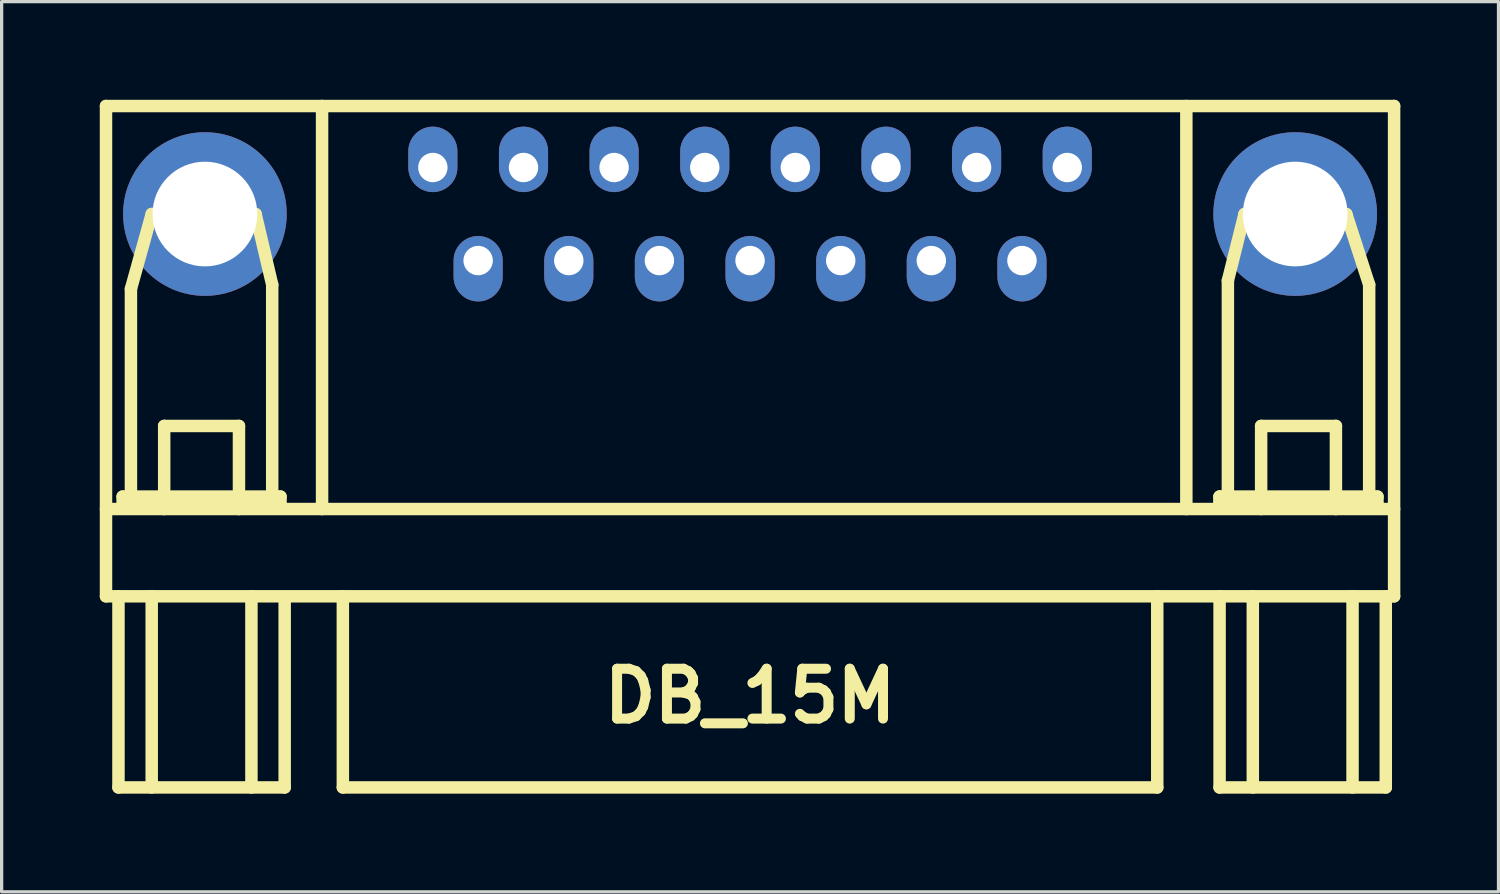
<source format=kicad_pcb>
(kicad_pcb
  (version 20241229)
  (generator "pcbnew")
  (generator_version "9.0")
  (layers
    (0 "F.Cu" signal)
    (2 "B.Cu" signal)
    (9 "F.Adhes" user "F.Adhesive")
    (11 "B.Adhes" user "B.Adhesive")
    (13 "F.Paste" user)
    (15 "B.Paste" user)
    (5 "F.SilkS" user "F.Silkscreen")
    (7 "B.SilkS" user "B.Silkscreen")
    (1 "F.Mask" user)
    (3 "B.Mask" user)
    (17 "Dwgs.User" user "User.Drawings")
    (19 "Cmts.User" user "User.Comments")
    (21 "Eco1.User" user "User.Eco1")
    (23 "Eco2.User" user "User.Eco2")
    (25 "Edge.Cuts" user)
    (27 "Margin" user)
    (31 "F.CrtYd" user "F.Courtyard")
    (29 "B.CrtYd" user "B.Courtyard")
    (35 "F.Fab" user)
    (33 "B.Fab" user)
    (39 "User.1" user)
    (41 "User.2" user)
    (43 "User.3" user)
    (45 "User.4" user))
  (footprint "DB_15M"
    (layer "F.Cu")
    (at 19.875 10.604)
    (property "Reference" "DB_15M" (at 0 7.62 0) (layer "F.SilkS") (effects (font (size 1.524 1.524) (thickness 0.305))))
    (attr through_hole)
    (fp_line (start -19.685 -10.414) (end -19.685 4.572) (stroke (width 0.381) (type solid)) (layer "F.SilkS"))
    (fp_line (start -19.685 4.572) (end 19.685 4.572) (stroke (width 0.381) (type solid)) (layer "F.SilkS"))
    (fp_line (start -19.304 4.572) (end -19.304 10.414) (stroke (width 0.381) (type solid)) (layer "F.SilkS"))
    (fp_line (start -19.304 10.414) (end -14.224 10.414) (stroke (width 0.381) (type solid)) (layer "F.SilkS"))
    (fp_line (start -19.177 1.524) (end -19.177 1.778) (stroke (width 0.381) (type solid)) (layer "F.SilkS"))
    (fp_line (start -19.177 1.778) (end -14.351 1.778) (stroke (width 0.381) (type solid)) (layer "F.SilkS"))
    (fp_line (start -18.923 -4.826) (end -18.288 -7.112) (stroke (width 0.381) (type solid)) (layer "F.SilkS"))
    (fp_line (start -18.923 1.524) (end -18.923 -4.826) (stroke (width 0.381) (type solid)) (layer "F.SilkS"))
    (fp_line (start -18.288 -7.112) (end -15.113 -7.112) (stroke (width 0.381) (type solid)) (layer "F.SilkS"))
    (fp_line (start -18.288 4.572) (end -18.288 10.414) (stroke (width 0.381) (type solid)) (layer "F.SilkS"))
    (fp_line (start -17.907 -0.635) (end -15.621 -0.635) (stroke (width 0.381) (type solid)) (layer "F.SilkS"))
    (fp_line (start -17.907 1.905) (end -17.907 -0.635) (stroke (width 0.381) (type solid)) (layer "F.SilkS"))
    (fp_line (start -15.621 -0.635) (end -15.621 1.905) (stroke (width 0.381) (type solid)) (layer "F.SilkS"))
    (fp_line (start -15.24 4.572) (end -15.24 10.414) (stroke (width 0.381) (type solid)) (layer "F.SilkS"))
    (fp_line (start -15.113 -7.112) (end -14.605 -4.953) (stroke (width 0.381) (type solid)) (layer "F.SilkS"))
    (fp_line (start -14.605 -4.953) (end -14.605 1.524) (stroke (width 0.381) (type solid)) (layer "F.SilkS"))
    (fp_line (start -14.351 1.524) (end -19.177 1.524) (stroke (width 0.381) (type solid)) (layer "F.SilkS"))
    (fp_line (start -14.351 1.778) (end -14.351 1.524) (stroke (width 0.381) (type solid)) (layer "F.SilkS"))
    (fp_line (start -14.224 10.414) (end -14.224 4.699) (stroke (width 0.381) (type solid)) (layer "F.SilkS"))
    (fp_line (start -13.081 1.905) (end -13.081 -10.414) (stroke (width 0.381) (type solid)) (layer "F.SilkS"))
    (fp_line (start -12.446 4.572) (end -12.446 10.414) (stroke (width 0.381) (type solid)) (layer "F.SilkS"))
    (fp_line (start 12.446 10.414) (end -12.446 10.414) (stroke (width 0.381) (type solid)) (layer "F.SilkS"))
    (fp_line (start 12.446 10.414) (end 12.446 4.572) (stroke (width 0.381) (type solid)) (layer "F.SilkS"))
    (fp_line (start 13.335 1.905) (end 13.335 -10.414) (stroke (width 0.381) (type solid)) (layer "F.SilkS"))
    (fp_line (start 14.351 1.524) (end 14.351 1.778) (stroke (width 0.381) (type solid)) (layer "F.SilkS"))
    (fp_line (start 14.351 1.524) (end 14.351 1.778) (stroke (width 0.381) (type solid)) (layer "F.SilkS"))
    (fp_line (start 14.351 1.778) (end 19.177 1.778) (stroke (width 0.381) (type solid)) (layer "F.SilkS"))
    (fp_line (start 14.351 4.572) (end 14.351 10.414) (stroke (width 0.381) (type solid)) (layer "F.SilkS"))
    (fp_line (start 14.351 10.414) (end 19.431 10.414) (stroke (width 0.381) (type solid)) (layer "F.SilkS"))
    (fp_line (start 14.605 1.524) (end 14.605 -5.08) (stroke (width 0.381) (type solid)) (layer "F.SilkS"))
    (fp_line (start 15.113 -7.112) (end 14.605 -5.08) (stroke (width 0.381) (type solid)) (layer "F.SilkS"))
    (fp_line (start 15.367 4.572) (end 15.367 10.414) (stroke (width 0.381) (type solid)) (layer "F.SilkS"))
    (fp_line (start 15.621 -0.635) (end 17.907 -0.635) (stroke (width 0.381) (type solid)) (layer "F.SilkS"))
    (fp_line (start 15.621 1.905) (end 15.621 -0.635) (stroke (width 0.381) (type solid)) (layer "F.SilkS"))
    (fp_line (start 17.907 -0.635) (end 17.907 1.905) (stroke (width 0.381) (type solid)) (layer "F.SilkS"))
    (fp_line (start 18.224 -7.112) (end 15.113 -7.112) (stroke (width 0.381) (type solid)) (layer "F.SilkS"))
    (fp_line (start 18.415 4.572) (end 18.415 10.414) (stroke (width 0.381) (type solid)) (layer "F.SilkS"))
    (fp_line (start 18.923 -4.953) (end 18.224 -7.112) (stroke (width 0.381) (type solid)) (layer "F.SilkS"))
    (fp_line (start 18.923 -4.953) (end 18.923 1.524) (stroke (width 0.381) (type solid)) (layer "F.SilkS"))
    (fp_line (start 19.177 1.524) (end 14.351 1.524) (stroke (width 0.381) (type solid)) (layer "F.SilkS"))
    (fp_line (start 19.177 1.778) (end 19.177 1.524) (stroke (width 0.381) (type solid)) (layer "F.SilkS"))
    (fp_line (start 19.431 4.572) (end 19.431 10.414) (stroke (width 0.381) (type solid)) (layer "F.SilkS"))
    (fp_line (start 19.685 -10.414) (end -19.685 -10.414) (stroke (width 0.381) (type solid)) (layer "F.SilkS"))
    (fp_line (start 19.685 1.905) (end -19.685 1.905) (stroke (width 0.381) (type solid)) (layer "F.SilkS"))
    (fp_line (start 19.685 4.572) (end 19.685 -10.414) (stroke (width 0.381) (type solid)) (layer "F.SilkS"))
    (pad "" thru_hole circle (at -16.662 -7.112) (size 5.001 5.001) (drill 3.2) (layers "*.Cu" "*.Mask"))
    (pad "" thru_hole circle (at 16.662 -7.112) (size 5.001 5.001) (drill 3.2) (layers "*.Cu" "*.Mask"))
    (pad "1" thru_hole oval (at -9.695 -8.534) (size 1.501 1.999) (drill 0.899 (offset 0 -0.249)) (layers "*.Cu" "*.Mask"))
    (pad "2" thru_hole oval (at -6.924 -8.534) (size 1.501 1.999) (drill 0.899 (offset 0 -0.249)) (layers "*.Cu" "*.Mask"))
    (pad "3" thru_hole oval (at -4.155 -8.534) (size 1.501 1.999) (drill 0.899 (offset 0 -0.249)) (layers "*.Cu" "*.Mask"))
    (pad "4" thru_hole oval (at -1.384 -8.534) (size 1.501 1.999) (drill 0.899 (offset 0 -0.249)) (layers "*.Cu" "*.Mask"))
    (pad "5" thru_hole oval (at 1.384 -8.534) (size 1.501 1.999) (drill 0.899 (offset 0 -0.249)) (layers "*.Cu" "*.Mask"))
    (pad "6" thru_hole oval (at 4.155 -8.534) (size 1.501 1.999) (drill 0.899 (offset 0 -0.249)) (layers "*.Cu" "*.Mask"))
    (pad "7" thru_hole oval (at 6.924 -8.534) (size 1.501 1.999) (drill 0.899 (offset 0 -0.249)) (layers "*.Cu" "*.Mask"))
    (pad "8" thru_hole oval (at 9.695 -8.534) (size 1.501 1.999) (drill 0.899 (offset 0 -0.249)) (layers "*.Cu" "*.Mask"))
    (pad "9" thru_hole oval (at -8.311 -5.69) (size 1.501 1.999) (drill 0.899 (offset 0 0.249)) (layers "*.Cu" "*.Mask"))
    (pad "10" thru_hole oval (at -5.54 -5.69) (size 1.501 1.999) (drill 0.899 (offset 0 0.249)) (layers "*.Cu" "*.Mask"))
    (pad "11" thru_hole oval (at -2.771 -5.69) (size 1.501 1.999) (drill 0.899 (offset 0 0.249)) (layers "*.Cu" "*.Mask"))
    (pad "12" thru_hole oval (at 0 -5.69) (size 1.501 1.999) (drill 0.899 (offset 0 0.249)) (layers "*.Cu" "*.Mask"))
    (pad "13" thru_hole oval (at 2.771 -5.69) (size 1.501 1.999) (drill 0.899 (offset 0 0.249)) (layers "*.Cu" "*.Mask"))
    (pad "14" thru_hole oval (at 5.54 -5.69) (size 1.501 1.999) (drill 0.899 (offset 0 0.249)) (layers "*.Cu" "*.Mask"))
    (pad "15" thru_hole oval (at 8.311 -5.69) (size 1.501 1.999) (drill 0.899 (offset 0 0.249)) (layers "*.Cu" "*.Mask")))
  (gr_rect
    (start -3 -3)
    (end 42.751 24.209)
    (stroke (width 0.1) (type default))
    (fill no)
    (layer "Edge.Cuts")))
</source>
